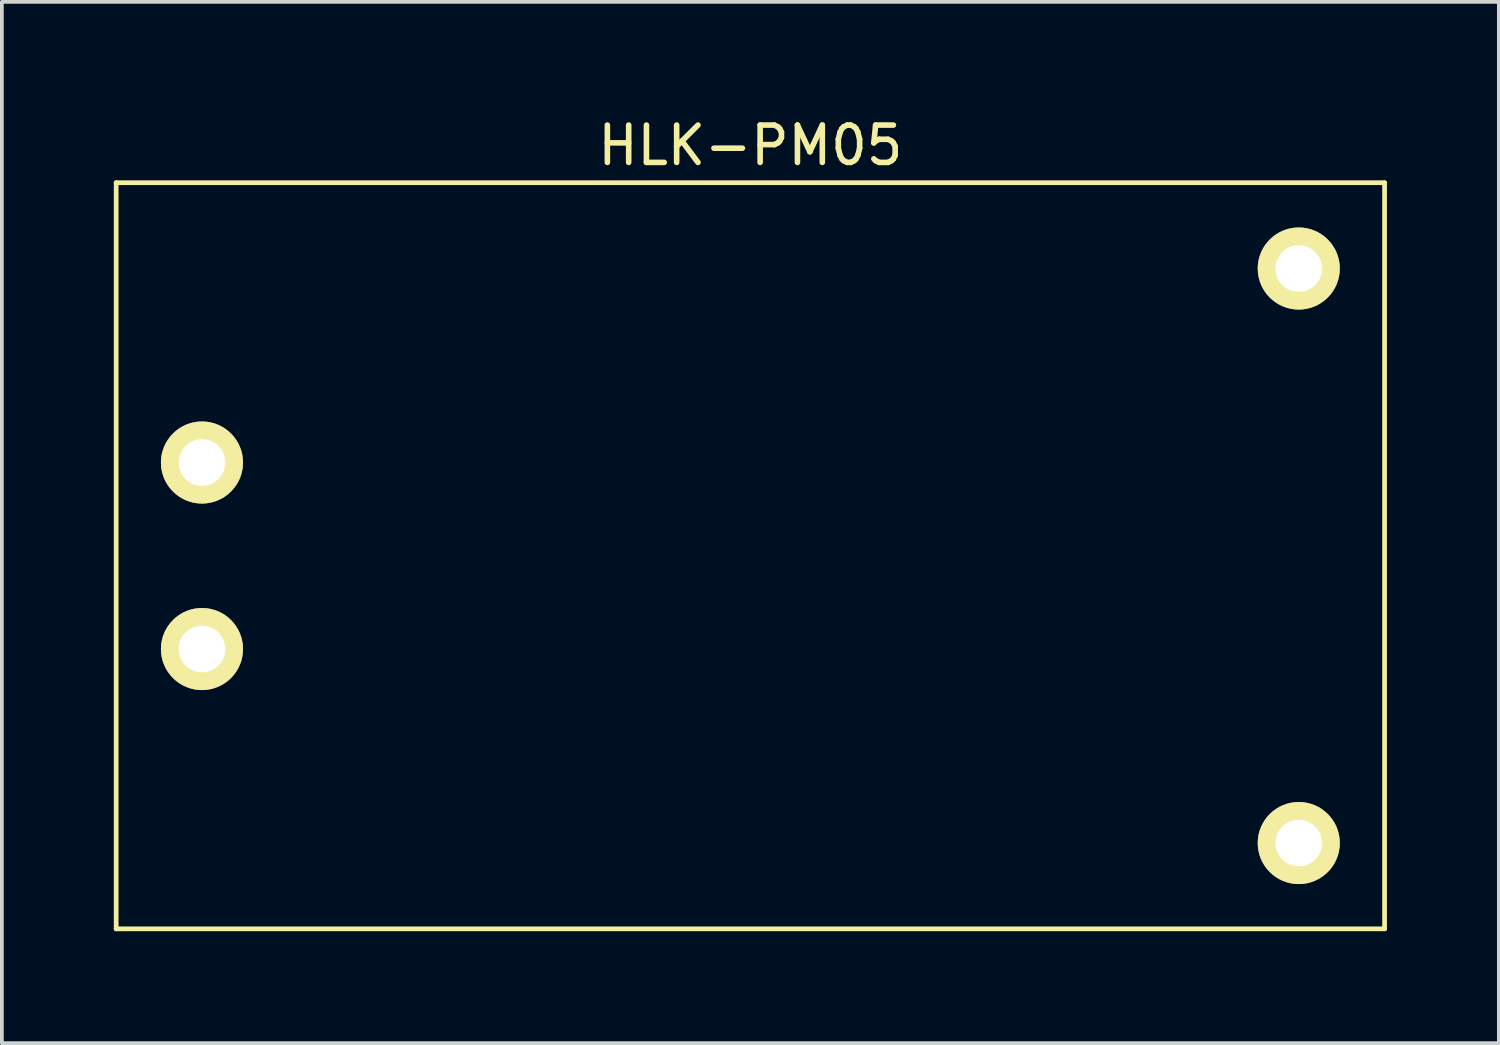
<source format=kicad_pcb>
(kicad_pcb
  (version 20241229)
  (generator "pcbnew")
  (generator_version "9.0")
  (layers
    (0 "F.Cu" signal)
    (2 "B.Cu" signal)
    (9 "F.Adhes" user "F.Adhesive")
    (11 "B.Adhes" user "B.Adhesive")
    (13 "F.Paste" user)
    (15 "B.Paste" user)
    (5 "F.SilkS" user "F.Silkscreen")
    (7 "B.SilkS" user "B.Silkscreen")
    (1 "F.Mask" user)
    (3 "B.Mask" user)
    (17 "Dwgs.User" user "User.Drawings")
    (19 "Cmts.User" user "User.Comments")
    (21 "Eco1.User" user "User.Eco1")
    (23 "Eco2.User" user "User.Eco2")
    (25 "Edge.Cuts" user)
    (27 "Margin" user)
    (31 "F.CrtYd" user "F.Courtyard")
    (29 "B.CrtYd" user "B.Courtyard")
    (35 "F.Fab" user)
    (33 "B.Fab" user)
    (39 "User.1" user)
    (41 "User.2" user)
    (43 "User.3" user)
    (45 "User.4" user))
  (footprint "HLK-PM05"
    (layer "F.Cu")
    (at 17.064 11.848)
    (property "Reference" "HLK-PM05" (at 0 -11 0) (layer "F.SilkS") (effects (font (size 1 1) (thickness 0.15))))
    (attr through_hole)
    (fp_line (start -17 -10) (end -17 10) (stroke (width 0.127) (type solid)) (layer "F.SilkS"))
    (fp_line (start -17 10) (end 17 10) (stroke (width 0.127) (type solid)) (layer "F.SilkS"))
    (fp_line (start 17 -10) (end -17 -10) (stroke (width 0.127) (type solid)) (layer "F.SilkS"))
    (fp_line (start 17 10) (end 17 -10) (stroke (width 0.127) (type solid)) (layer "F.SilkS"))
    (pad "1" thru_hole circle (at -14.7 -2.5) (size 2.2 2.2) (drill 1.25) (layers "*.Cu" "*.Mask" "F.SilkS"))
    (pad "2" thru_hole circle (at -14.7 2.5) (size 2.2 2.2) (drill 1.25) (layers "*.Cu" "*.Mask" "F.SilkS"))
    (pad "3" thru_hole circle (at 14.7 -7.7) (size 2.2 2.2) (drill 1.25) (layers "*.Cu" "*.Mask" "F.SilkS"))
    (pad "4" thru_hole circle (at 14.7 7.7) (size 2.2 2.2) (drill 1.25) (layers "*.Cu" "*.Mask" "F.SilkS")))
  (gr_rect
    (start -3 -3)
    (end 37.127 24.912)
    (stroke (width 0.1) (type default))
    (fill no)
    (layer "Edge.Cuts")))
</source>
